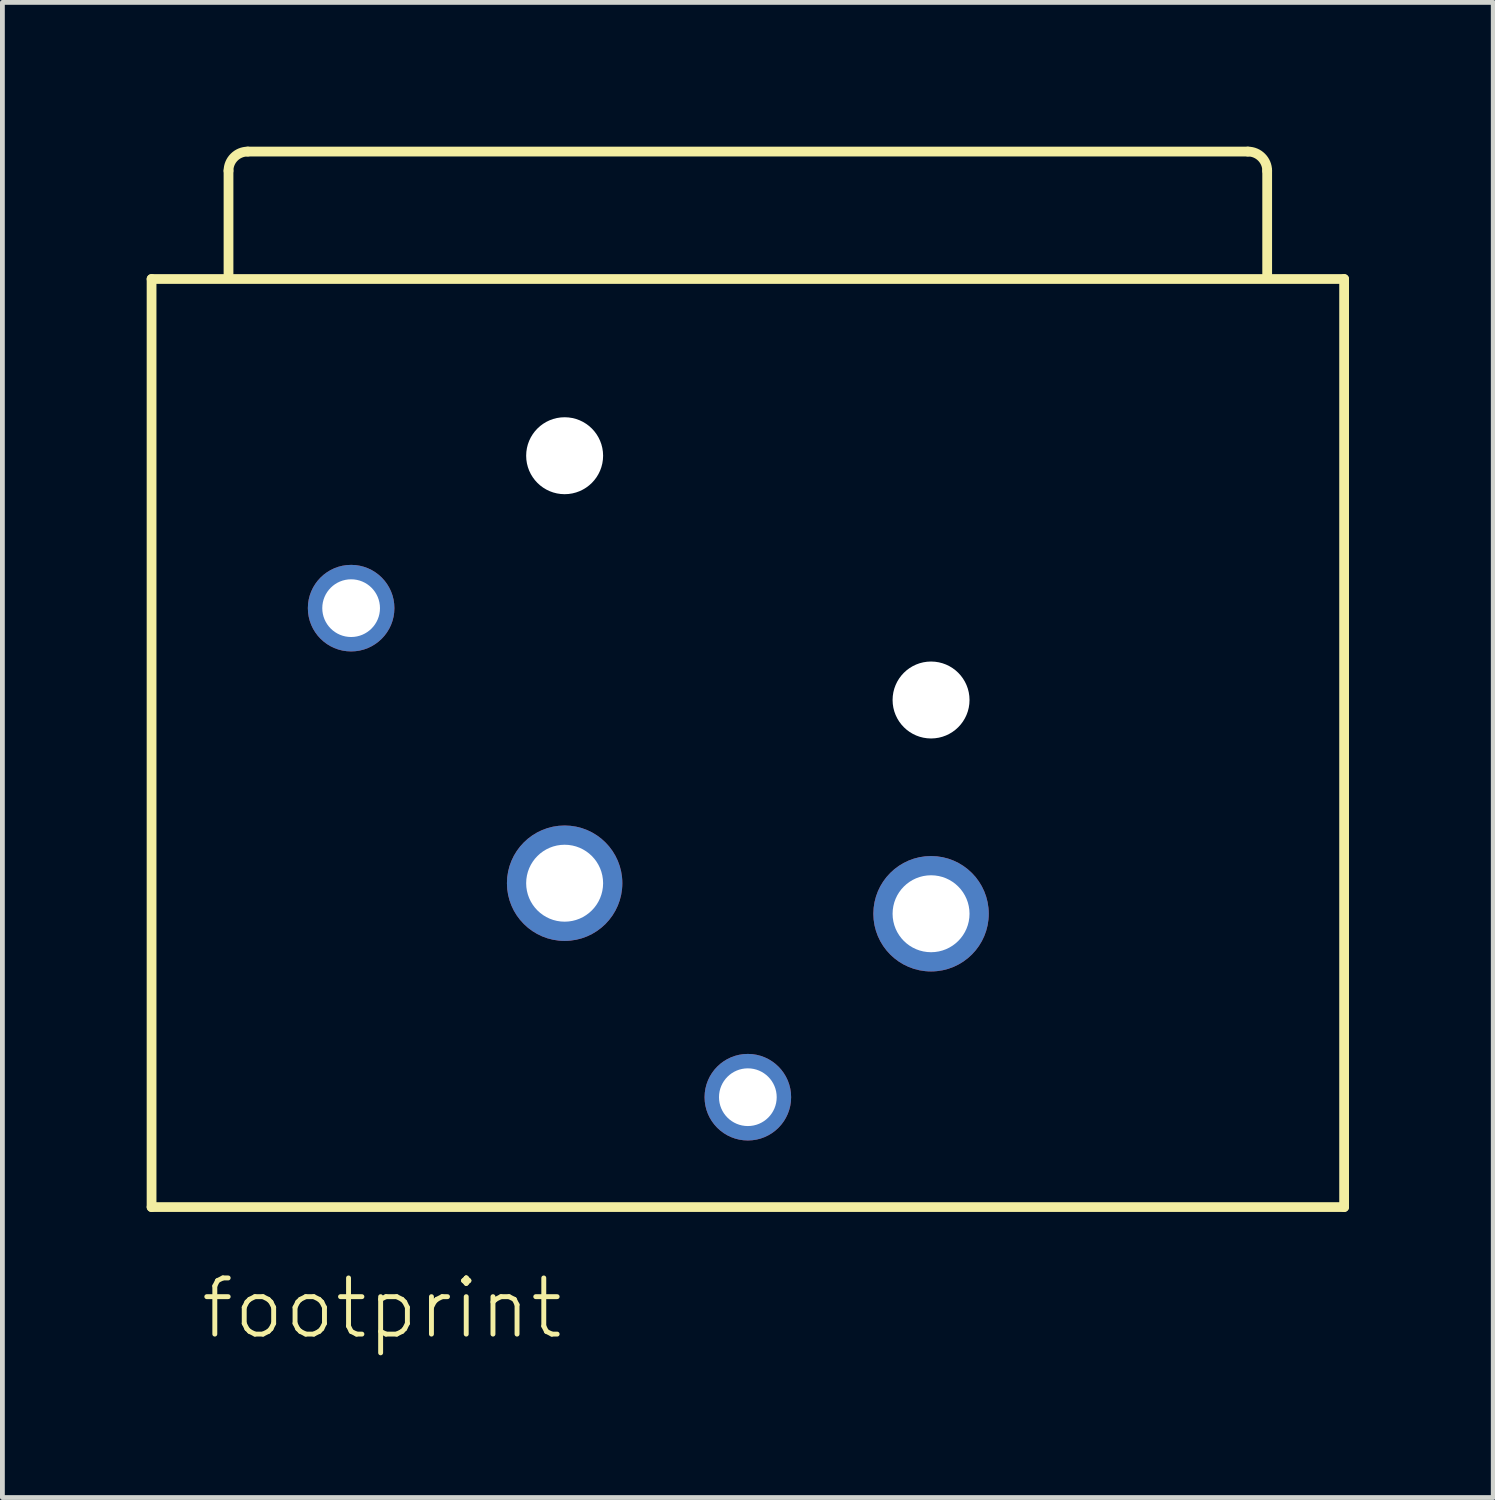
<source format=kicad_pcb>
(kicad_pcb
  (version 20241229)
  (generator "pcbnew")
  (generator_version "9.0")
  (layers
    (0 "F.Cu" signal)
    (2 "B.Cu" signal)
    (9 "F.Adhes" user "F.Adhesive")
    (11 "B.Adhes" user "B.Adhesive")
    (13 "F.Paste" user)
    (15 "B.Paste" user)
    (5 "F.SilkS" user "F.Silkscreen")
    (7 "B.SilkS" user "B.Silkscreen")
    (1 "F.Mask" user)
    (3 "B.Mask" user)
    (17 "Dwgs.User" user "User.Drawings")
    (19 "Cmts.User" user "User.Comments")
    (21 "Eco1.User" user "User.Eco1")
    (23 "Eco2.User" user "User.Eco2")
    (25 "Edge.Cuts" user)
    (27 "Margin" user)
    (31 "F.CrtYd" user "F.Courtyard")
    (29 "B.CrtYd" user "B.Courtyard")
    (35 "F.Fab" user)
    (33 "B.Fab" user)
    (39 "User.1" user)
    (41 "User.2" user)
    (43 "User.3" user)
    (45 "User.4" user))
  (footprint "footprint"
    (layer "F.Cu")
    (at 12.502 15.952)
    (property "Reference" "footprint" (at -11.43 8.89 0) (layer "F.SilkS") (effects (font (size 1.168 1.168) (thickness 0.102)) (justify left bottom)))
    (fp_line (start -12.4 -13.2) (end 12.4 -13.2) (stroke (width 0.203) (type solid)) (layer "F.SilkS"))
    (fp_line (start -12.4 6.1) (end -12.4 -13.2) (stroke (width 0.203) (type solid)) (layer "F.SilkS"))
    (fp_line (start -10.8 -13.3) (end -10.8 -15.45) (stroke (width 0.203) (type solid)) (layer "F.SilkS"))
    (fp_line (start -10.4 -15.85) (end 10.4 -15.85) (stroke (width 0.203) (type solid)) (layer "F.SilkS"))
    (fp_line (start 10.8 -15.45) (end 10.8 -13.3) (stroke (width 0.203) (type solid)) (layer "F.SilkS"))
    (fp_line (start 12.4 -13.2) (end 12.4 6.1) (stroke (width 0.203) (type solid)) (layer "F.SilkS"))
    (fp_line (start 12.4 6.1) (end -12.4 6.1) (stroke (width 0.203) (type solid)) (layer "F.SilkS"))
    (fp_arc (start -10.8 -15.45) (mid -10.682843 -15.732843) (end -10.4 -15.85) (stroke (width 0.2032) (type solid)) (layer "F.SilkS"))
    (fp_arc (start 10.4 -15.85) (mid 10.682843 -15.732843) (end 10.8 -15.45) (stroke (width 0.2032) (type solid)) (layer "F.SilkS"))
    (pad "" np_thru_hole circle (at -3.81 -9.525) (size 1.6 1.6) (drill 1.6) (layers "*.Cu" "*.Mask"))
    (pad "" np_thru_hole circle (at 3.81 -4.445) (size 1.6 1.6) (drill 1.6) (layers "*.Cu" "*.Mask"))
    (pad "1" thru_hole circle (at -3.81 -0.635) (size 2.4 2.4) (drill 1.6) (layers "*.Cu" "*.Mask"))
    (pad "2" thru_hole circle (at 3.81 0) (size 2.4 2.4) (drill 1.6) (layers "*.Cu" "*.Mask"))
    (pad "3" thru_hole circle (at 0 3.815) (size 1.8 1.8) (drill 1.2) (layers "*.Cu" "*.Mask"))
    (pad "G" thru_hole circle (at -8.25 -6.355) (size 1.8 1.8) (drill 1.2) (layers "*.Cu" "*.Mask")))
  (gr_rect
    (start -3 -3)
    (end 28.003 28.092)
    (stroke (width 0.1) (type default))
    (fill no)
    (layer "Edge.Cuts")))
</source>
